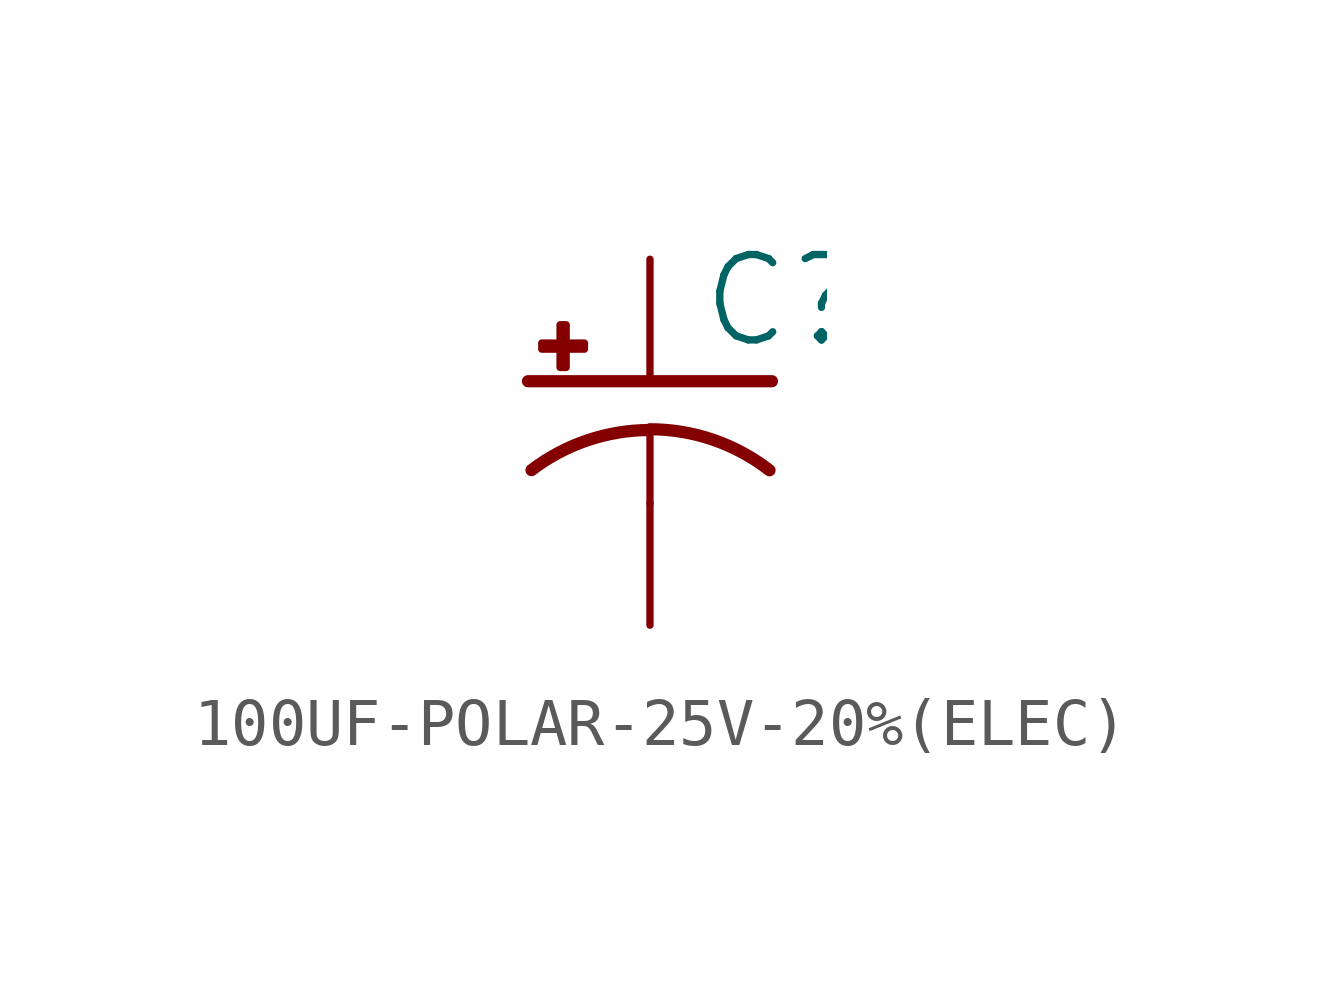
<source format=kicad_sym>
(kicad_symbol_lib
  (version 20220914)
  (generator kicad_symbol_editor)
  (symbol "100UF-POLAR-25V-20%(ELEC)"
    (property "Reference" "C"
      (at 1.016 0.635 0)
      (effects (font (size 1.778 1.778)) (justify left bottom)))
    (property "Value" ""
      (at 1.016 -4.191 0)
      (effects (font (size 1.778 1.778)) (justify left bottom)))
    (property "ki_locked" ""
      (at 0 0 0)
      (effects (font (size 1.27 1.27))))
    (symbol "100UF-POLAR-25V-20%(ELEC)_1_0"
      (rectangle (start -2.253 0.668) (end -1.364 0.795) (stroke (width 0) (type default)) (fill (type outline)))
      (rectangle (start -1.872 0.287) (end -1.745 1.176) (stroke (width 0) (type default)) (fill (type outline)))
      (arc (start 0 -1.0161) (mid -1.3021 -1.2303) (end -2.4669 -1.8504) (stroke (width 0.254) (type solid)) (fill (type none)))
      (polyline (pts (xy -2.54 0) (xy 2.54 0)) (stroke (width 0.254) (type solid)) (fill (type none)))
      (polyline (pts (xy 0 -1.016) (xy 0 -2.54)) (stroke (width 0.152) (type solid)) (fill (type none)))
      (arc (start 2.4892 -1.8541) (mid 1.3158 -1.2194) (end 0 -1) (stroke (width 0.254) (type solid)) (fill (type none)))
      (pin passive line (at 0 2.54 270) (length 2.54) (name "+" (effects (font (size 0 0)))) (number "+" (effects (font (size 0 0)))))
      (pin passive line (at 0 -5.08 90) (length 2.54) (name "-" (effects (font (size 0 0)))) (number "-" (effects (font (size 0 0))))))))
</source>
